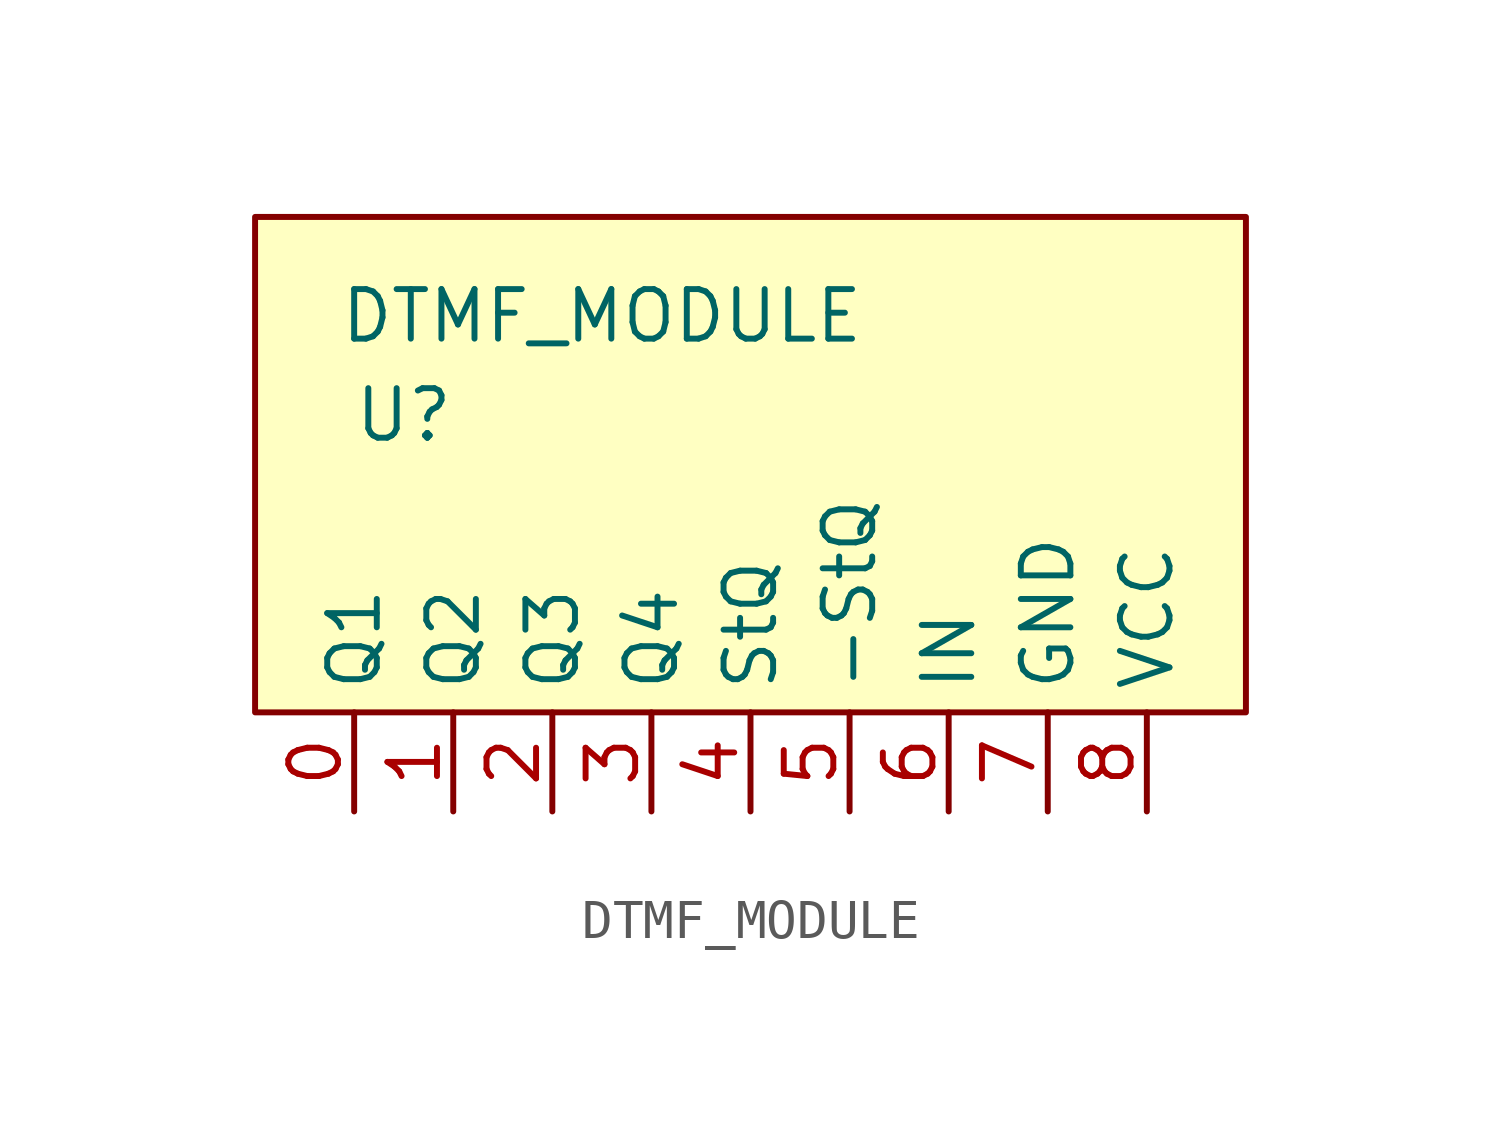
<source format=kicad_sym>
(kicad_symbol_lib
  (version 20211014)
  (generator kicad_symbol_editor)
  (symbol "DTMF_MODULE"
    (property "Reference" "U"
      (at -8.89 1.27 0)
      (effects (font (size 1.27 1.27))))
    (property "Value" "DTMF_MODULE"
      (at -3.81 3.81 0)
      (effects (font (size 1.27 1.27))))
    (symbol "DTMF_MODULE_0_1"
      (rectangle (start 12.7 -6.35) (end -12.7 6.35) (stroke (width 0) (type default) (color 0 0 0 0)) (fill (type background))))
    (symbol "DTMF_MODULE_1_1"
      (pin output line (at -10.16 -8.89 90) (length 2.54) (name "Q1" (effects (font (size 1.27 1.27)))) (number "0" (effects (font (size 1.27 1.27)))))
      (pin output line (at -7.62 -8.89 90) (length 2.54) (name "Q2" (effects (font (size 1.27 1.27)))) (number "1" (effects (font (size 1.27 1.27)))))
      (pin output line (at -5.08 -8.89 90) (length 2.54) (name "Q3" (effects (font (size 1.27 1.27)))) (number "2" (effects (font (size 1.27 1.27)))))
      (pin output line (at -2.54 -8.89 90) (length 2.54) (name "Q4" (effects (font (size 1.27 1.27)))) (number "3" (effects (font (size 1.27 1.27)))))
      (pin output line (at 0 -8.89 90) (length 2.54) (name "StQ" (effects (font (size 1.27 1.27)))) (number "4" (effects (font (size 1.27 1.27)))))
      (pin output line (at 2.54 -8.89 90) (length 2.54) (name "-StQ" (effects (font (size 1.27 1.27)))) (number "5" (effects (font (size 1.27 1.27)))))
      (pin input line (at 5.08 -8.89 90) (length 2.54) (name "IN" (effects (font (size 1.27 1.27)))) (number "6" (effects (font (size 1.27 1.27)))))
      (pin power_in line (at 7.62 -8.89 90) (length 2.54) (name "GND" (effects (font (size 1.27 1.27)))) (number "7" (effects (font (size 1.27 1.27)))))
      (pin power_in line (at 10.16 -8.89 90) (length 2.54) (name "VCC" (effects (font (size 1.27 1.27)))) (number "8" (effects (font (size 1.27 1.27))))))))
</source>
